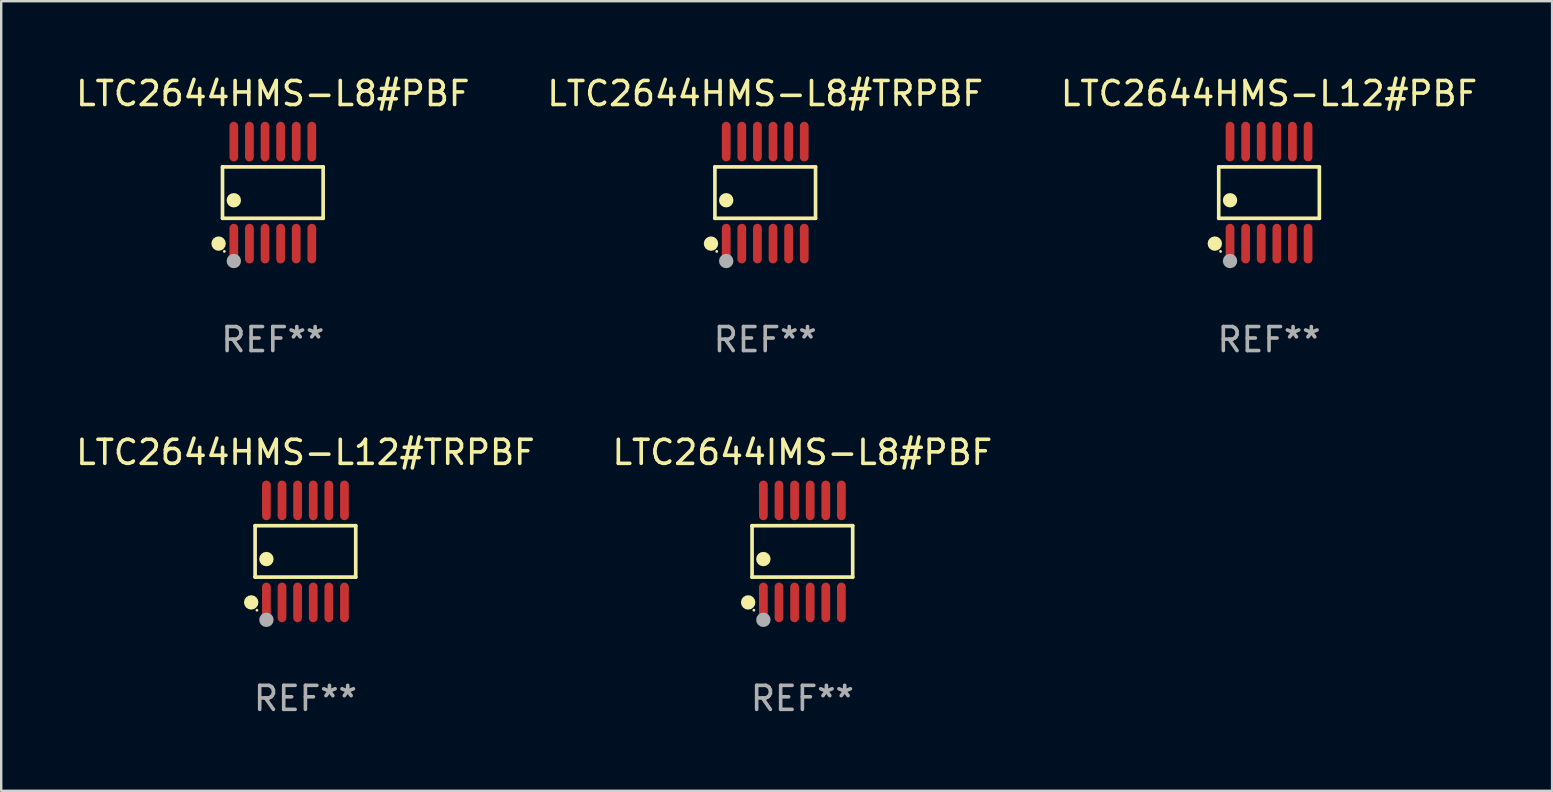
<source format=kicad_pcb>
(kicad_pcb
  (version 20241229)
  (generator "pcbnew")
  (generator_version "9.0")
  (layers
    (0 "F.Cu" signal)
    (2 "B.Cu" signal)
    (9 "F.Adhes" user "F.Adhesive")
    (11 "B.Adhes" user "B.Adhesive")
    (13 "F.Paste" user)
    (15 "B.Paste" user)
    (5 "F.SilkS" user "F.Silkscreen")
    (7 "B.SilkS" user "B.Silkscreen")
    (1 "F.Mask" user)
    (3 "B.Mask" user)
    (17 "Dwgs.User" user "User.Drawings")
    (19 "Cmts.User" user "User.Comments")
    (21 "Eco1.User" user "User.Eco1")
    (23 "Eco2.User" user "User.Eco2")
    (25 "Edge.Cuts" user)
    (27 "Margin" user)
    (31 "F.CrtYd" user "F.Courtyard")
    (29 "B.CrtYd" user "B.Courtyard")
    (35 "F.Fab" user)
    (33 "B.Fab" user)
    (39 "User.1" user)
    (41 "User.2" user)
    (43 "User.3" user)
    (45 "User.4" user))
  (footprint "LTC2644IMS-L8#PBF"
    (layer "F.Cu")
    (at 30.375 19.92)
    (property "Reference" "LTC2644IMS-L8#PBF" (at 0 -4.125 0) (layer "F.SilkS") (effects (font (size 1 1) (thickness 0.15))))
    (attr through_hole)
    (fp_line (start -2.096 -1.071) (end 2.096 -1.071) (stroke (width 0.152) (type solid)) (layer "F.SilkS"))
    (fp_line (start -2.096 1.071) (end -2.096 -1.071) (stroke (width 0.152) (type solid)) (layer "F.SilkS"))
    (fp_line (start 2.096 -1.071) (end 2.096 1.071) (stroke (width 0.152) (type solid)) (layer "F.SilkS"))
    (fp_line (start 2.096 1.071) (end -2.096 1.071) (stroke (width 0.152) (type solid)) (layer "F.SilkS"))
    (fp_circle (center -2.259 2.125) (end -2.109 2.125) (stroke (width 0.3) (type solid)) (fill no) (layer "F.SilkS"))
    (fp_circle (center -2.02 2.45) (end -1.99 2.45) (stroke (width 0.06) (type solid)) (fill no) (layer "F.SilkS"))
    (fp_circle (center -1.625 0.319) (end -1.475 0.319) (stroke (width 0.3) (type solid)) (fill no) (layer "F.SilkS"))
    (fp_circle (center -1.625 2.85) (end -1.475 2.85) (stroke (width 0.3) (type solid)) (fill no) (layer "F.Fab"))
    (fp_text user "REF**" (at 0 6.125 0) (layer "F.Fab") (effects (font (size 1 1) (thickness 0.15))))
    (pad "1" smd oval (at -1.625 2.125) (size 0.364 1.65) (layers "F.Cu" "F.Mask" "F.Paste"))
    (pad "2" smd oval (at -0.975 2.125) (size 0.364 1.65) (layers "F.Cu" "F.Mask" "F.Paste"))
    (pad "3" smd oval (at -0.325 2.125) (size 0.364 1.65) (layers "F.Cu" "F.Mask" "F.Paste"))
    (pad "4" smd oval (at 0.325 2.125) (size 0.364 1.65) (layers "F.Cu" "F.Mask" "F.Paste"))
    (pad "5" smd oval (at 0.975 2.125) (size 0.364 1.65) (layers "F.Cu" "F.Mask" "F.Paste"))
    (pad "6" smd oval (at 1.625 2.125) (size 0.364 1.65) (layers "F.Cu" "F.Mask" "F.Paste"))
    (pad "7" smd oval (at 1.625 -2.125) (size 0.364 1.65) (layers "F.Cu" "F.Mask" "F.Paste"))
    (pad "8" smd oval (at 0.975 -2.125) (size 0.364 1.65) (layers "F.Cu" "F.Mask" "F.Paste"))
    (pad "9" smd oval (at 0.325 -2.125) (size 0.364 1.65) (layers "F.Cu" "F.Mask" "F.Paste"))
    (pad "10" smd oval (at -0.325 -2.125) (size 0.364 1.65) (layers "F.Cu" "F.Mask" "F.Paste"))
    (pad "11" smd oval (at -0.975 -2.125) (size 0.364 1.65) (layers "F.Cu" "F.Mask" "F.Paste"))
    (pad "12" smd oval (at -1.625 -2.125) (size 0.364 1.65) (layers "F.Cu" "F.Mask" "F.Paste")))
  (footprint "LTC2644HMS-L8#PBF"
    (layer "F.Cu")
    (at 8.315 4.973)
    (property "Reference" "LTC2644HMS-L8#PBF" (at 0 -4.125 0) (layer "F.SilkS") (effects (font (size 1 1) (thickness 0.15))))
    (attr through_hole)
    (fp_line (start -2.096 -1.071) (end 2.096 -1.071) (stroke (width 0.152) (type solid)) (layer "F.SilkS"))
    (fp_line (start -2.096 1.071) (end -2.096 -1.071) (stroke (width 0.152) (type solid)) (layer "F.SilkS"))
    (fp_line (start 2.096 -1.071) (end 2.096 1.071) (stroke (width 0.152) (type solid)) (layer "F.SilkS"))
    (fp_line (start 2.096 1.071) (end -2.096 1.071) (stroke (width 0.152) (type solid)) (layer "F.SilkS"))
    (fp_circle (center -2.259 2.125) (end -2.109 2.125) (stroke (width 0.3) (type solid)) (fill no) (layer "F.SilkS"))
    (fp_circle (center -2.02 2.45) (end -1.99 2.45) (stroke (width 0.06) (type solid)) (fill no) (layer "F.SilkS"))
    (fp_circle (center -1.625 0.319) (end -1.475 0.319) (stroke (width 0.3) (type solid)) (fill no) (layer "F.SilkS"))
    (fp_circle (center -1.625 2.85) (end -1.475 2.85) (stroke (width 0.3) (type solid)) (fill no) (layer "F.Fab"))
    (fp_text user "REF**" (at 0 6.125 0) (layer "F.Fab") (effects (font (size 1 1) (thickness 0.15))))
    (pad "1" smd oval (at -1.625 2.125) (size 0.364 1.65) (layers "F.Cu" "F.Mask" "F.Paste"))
    (pad "2" smd oval (at -0.975 2.125) (size 0.364 1.65) (layers "F.Cu" "F.Mask" "F.Paste"))
    (pad "3" smd oval (at -0.325 2.125) (size 0.364 1.65) (layers "F.Cu" "F.Mask" "F.Paste"))
    (pad "4" smd oval (at 0.325 2.125) (size 0.364 1.65) (layers "F.Cu" "F.Mask" "F.Paste"))
    (pad "5" smd oval (at 0.975 2.125) (size 0.364 1.65) (layers "F.Cu" "F.Mask" "F.Paste"))
    (pad "6" smd oval (at 1.625 2.125) (size 0.364 1.65) (layers "F.Cu" "F.Mask" "F.Paste"))
    (pad "7" smd oval (at 1.625 -2.125) (size 0.364 1.65) (layers "F.Cu" "F.Mask" "F.Paste"))
    (pad "8" smd oval (at 0.975 -2.125) (size 0.364 1.65) (layers "F.Cu" "F.Mask" "F.Paste"))
    (pad "9" smd oval (at 0.325 -2.125) (size 0.364 1.65) (layers "F.Cu" "F.Mask" "F.Paste"))
    (pad "10" smd oval (at -0.325 -2.125) (size 0.364 1.65) (layers "F.Cu" "F.Mask" "F.Paste"))
    (pad "11" smd oval (at -0.975 -2.125) (size 0.364 1.65) (layers "F.Cu" "F.Mask" "F.Paste"))
    (pad "12" smd oval (at -1.625 -2.125) (size 0.364 1.65) (layers "F.Cu" "F.Mask" "F.Paste")))
  (footprint "LTC2644HMS-L12#PBF"
    (layer "F.Cu")
    (at 49.815 4.973)
    (property "Reference" "LTC2644HMS-L12#PBF" (at 0 -4.125 0) (layer "F.SilkS") (effects (font (size 1 1) (thickness 0.15))))
    (attr through_hole)
    (fp_line (start -2.096 -1.071) (end 2.096 -1.071) (stroke (width 0.152) (type solid)) (layer "F.SilkS"))
    (fp_line (start -2.096 1.071) (end -2.096 -1.071) (stroke (width 0.152) (type solid)) (layer "F.SilkS"))
    (fp_line (start 2.096 -1.071) (end 2.096 1.071) (stroke (width 0.152) (type solid)) (layer "F.SilkS"))
    (fp_line (start 2.096 1.071) (end -2.096 1.071) (stroke (width 0.152) (type solid)) (layer "F.SilkS"))
    (fp_circle (center -2.259 2.125) (end -2.109 2.125) (stroke (width 0.3) (type solid)) (fill no) (layer "F.SilkS"))
    (fp_circle (center -2.02 2.45) (end -1.99 2.45) (stroke (width 0.06) (type solid)) (fill no) (layer "F.SilkS"))
    (fp_circle (center -1.625 0.319) (end -1.475 0.319) (stroke (width 0.3) (type solid)) (fill no) (layer "F.SilkS"))
    (fp_circle (center -1.625 2.85) (end -1.475 2.85) (stroke (width 0.3) (type solid)) (fill no) (layer "F.Fab"))
    (fp_text user "REF**" (at 0 6.125 0) (layer "F.Fab") (effects (font (size 1 1) (thickness 0.15))))
    (pad "1" smd oval (at -1.625 2.125) (size 0.364 1.65) (layers "F.Cu" "F.Mask" "F.Paste"))
    (pad "2" smd oval (at -0.975 2.125) (size 0.364 1.65) (layers "F.Cu" "F.Mask" "F.Paste"))
    (pad "3" smd oval (at -0.325 2.125) (size 0.364 1.65) (layers "F.Cu" "F.Mask" "F.Paste"))
    (pad "4" smd oval (at 0.325 2.125) (size 0.364 1.65) (layers "F.Cu" "F.Mask" "F.Paste"))
    (pad "5" smd oval (at 0.975 2.125) (size 0.364 1.65) (layers "F.Cu" "F.Mask" "F.Paste"))
    (pad "6" smd oval (at 1.625 2.125) (size 0.364 1.65) (layers "F.Cu" "F.Mask" "F.Paste"))
    (pad "7" smd oval (at 1.625 -2.125) (size 0.364 1.65) (layers "F.Cu" "F.Mask" "F.Paste"))
    (pad "8" smd oval (at 0.975 -2.125) (size 0.364 1.65) (layers "F.Cu" "F.Mask" "F.Paste"))
    (pad "9" smd oval (at 0.325 -2.125) (size 0.364 1.65) (layers "F.Cu" "F.Mask" "F.Paste"))
    (pad "10" smd oval (at -0.325 -2.125) (size 0.364 1.65) (layers "F.Cu" "F.Mask" "F.Paste"))
    (pad "11" smd oval (at -0.975 -2.125) (size 0.364 1.65) (layers "F.Cu" "F.Mask" "F.Paste"))
    (pad "12" smd oval (at -1.625 -2.125) (size 0.364 1.65) (layers "F.Cu" "F.Mask" "F.Paste")))
  (footprint "LTC2644HMS-L8#TRPBF"
    (layer "F.Cu")
    (at 28.827 4.973)
    (property "Reference" "LTC2644HMS-L8#TRPBF" (at 0 -4.125 0) (layer "F.SilkS") (effects (font (size 1 1) (thickness 0.15))))
    (attr through_hole)
    (fp_line (start -2.096 -1.071) (end 2.096 -1.071) (stroke (width 0.152) (type solid)) (layer "F.SilkS"))
    (fp_line (start -2.096 1.071) (end -2.096 -1.071) (stroke (width 0.152) (type solid)) (layer "F.SilkS"))
    (fp_line (start 2.096 -1.071) (end 2.096 1.071) (stroke (width 0.152) (type solid)) (layer "F.SilkS"))
    (fp_line (start 2.096 1.071) (end -2.096 1.071) (stroke (width 0.152) (type solid)) (layer "F.SilkS"))
    (fp_circle (center -2.259 2.125) (end -2.109 2.125) (stroke (width 0.3) (type solid)) (fill no) (layer "F.SilkS"))
    (fp_circle (center -2.02 2.45) (end -1.99 2.45) (stroke (width 0.06) (type solid)) (fill no) (layer "F.SilkS"))
    (fp_circle (center -1.625 0.319) (end -1.475 0.319) (stroke (width 0.3) (type solid)) (fill no) (layer "F.SilkS"))
    (fp_circle (center -1.625 2.85) (end -1.475 2.85) (stroke (width 0.3) (type solid)) (fill no) (layer "F.Fab"))
    (fp_text user "REF**" (at 0 6.125 0) (layer "F.Fab") (effects (font (size 1 1) (thickness 0.15))))
    (pad "1" smd oval (at -1.625 2.125) (size 0.364 1.65) (layers "F.Cu" "F.Mask" "F.Paste"))
    (pad "2" smd oval (at -0.975 2.125) (size 0.364 1.65) (layers "F.Cu" "F.Mask" "F.Paste"))
    (pad "3" smd oval (at -0.325 2.125) (size 0.364 1.65) (layers "F.Cu" "F.Mask" "F.Paste"))
    (pad "4" smd oval (at 0.325 2.125) (size 0.364 1.65) (layers "F.Cu" "F.Mask" "F.Paste"))
    (pad "5" smd oval (at 0.975 2.125) (size 0.364 1.65) (layers "F.Cu" "F.Mask" "F.Paste"))
    (pad "6" smd oval (at 1.625 2.125) (size 0.364 1.65) (layers "F.Cu" "F.Mask" "F.Paste"))
    (pad "7" smd oval (at 1.625 -2.125) (size 0.364 1.65) (layers "F.Cu" "F.Mask" "F.Paste"))
    (pad "8" smd oval (at 0.975 -2.125) (size 0.364 1.65) (layers "F.Cu" "F.Mask" "F.Paste"))
    (pad "9" smd oval (at 0.325 -2.125) (size 0.364 1.65) (layers "F.Cu" "F.Mask" "F.Paste"))
    (pad "10" smd oval (at -0.325 -2.125) (size 0.364 1.65) (layers "F.Cu" "F.Mask" "F.Paste"))
    (pad "11" smd oval (at -0.975 -2.125) (size 0.364 1.65) (layers "F.Cu" "F.Mask" "F.Paste"))
    (pad "12" smd oval (at -1.625 -2.125) (size 0.364 1.65) (layers "F.Cu" "F.Mask" "F.Paste")))
  (footprint "LTC2644HMS-L12#TRPBF"
    (layer "F.Cu")
    (at 9.673 19.92)
    (property "Reference" "LTC2644HMS-L12#TRPBF" (at 0 -4.125 0) (layer "F.SilkS") (effects (font (size 1 1) (thickness 0.15))))
    (attr through_hole)
    (fp_line (start -2.096 -1.071) (end 2.096 -1.071) (stroke (width 0.152) (type solid)) (layer "F.SilkS"))
    (fp_line (start -2.096 1.071) (end -2.096 -1.071) (stroke (width 0.152) (type solid)) (layer "F.SilkS"))
    (fp_line (start 2.096 -1.071) (end 2.096 1.071) (stroke (width 0.152) (type solid)) (layer "F.SilkS"))
    (fp_line (start 2.096 1.071) (end -2.096 1.071) (stroke (width 0.152) (type solid)) (layer "F.SilkS"))
    (fp_circle (center -2.259 2.125) (end -2.109 2.125) (stroke (width 0.3) (type solid)) (fill no) (layer "F.SilkS"))
    (fp_circle (center -2.02 2.45) (end -1.99 2.45) (stroke (width 0.06) (type solid)) (fill no) (layer "F.SilkS"))
    (fp_circle (center -1.625 0.319) (end -1.475 0.319) (stroke (width 0.3) (type solid)) (fill no) (layer "F.SilkS"))
    (fp_circle (center -1.625 2.85) (end -1.475 2.85) (stroke (width 0.3) (type solid)) (fill no) (layer "F.Fab"))
    (fp_text user "REF**" (at 0 6.125 0) (layer "F.Fab") (effects (font (size 1 1) (thickness 0.15))))
    (pad "1" smd oval (at -1.625 2.125) (size 0.364 1.65) (layers "F.Cu" "F.Mask" "F.Paste"))
    (pad "2" smd oval (at -0.975 2.125) (size 0.364 1.65) (layers "F.Cu" "F.Mask" "F.Paste"))
    (pad "3" smd oval (at -0.325 2.125) (size 0.364 1.65) (layers "F.Cu" "F.Mask" "F.Paste"))
    (pad "4" smd oval (at 0.325 2.125) (size 0.364 1.65) (layers "F.Cu" "F.Mask" "F.Paste"))
    (pad "5" smd oval (at 0.975 2.125) (size 0.364 1.65) (layers "F.Cu" "F.Mask" "F.Paste"))
    (pad "6" smd oval (at 1.625 2.125) (size 0.364 1.65) (layers "F.Cu" "F.Mask" "F.Paste"))
    (pad "7" smd oval (at 1.625 -2.125) (size 0.364 1.65) (layers "F.Cu" "F.Mask" "F.Paste"))
    (pad "8" smd oval (at 0.975 -2.125) (size 0.364 1.65) (layers "F.Cu" "F.Mask" "F.Paste"))
    (pad "9" smd oval (at 0.325 -2.125) (size 0.364 1.65) (layers "F.Cu" "F.Mask" "F.Paste"))
    (pad "10" smd oval (at -0.325 -2.125) (size 0.364 1.65) (layers "F.Cu" "F.Mask" "F.Paste"))
    (pad "11" smd oval (at -0.975 -2.125) (size 0.364 1.65) (layers "F.Cu" "F.Mask" "F.Paste"))
    (pad "12" smd oval (at -1.625 -2.125) (size 0.364 1.65) (layers "F.Cu" "F.Mask" "F.Paste")))
  (gr_rect
    (start -3 -3)
    (end 61.607 29.893)
    (stroke (width 0.1) (type default))
    (fill no)
    (layer "Edge.Cuts")))
</source>
